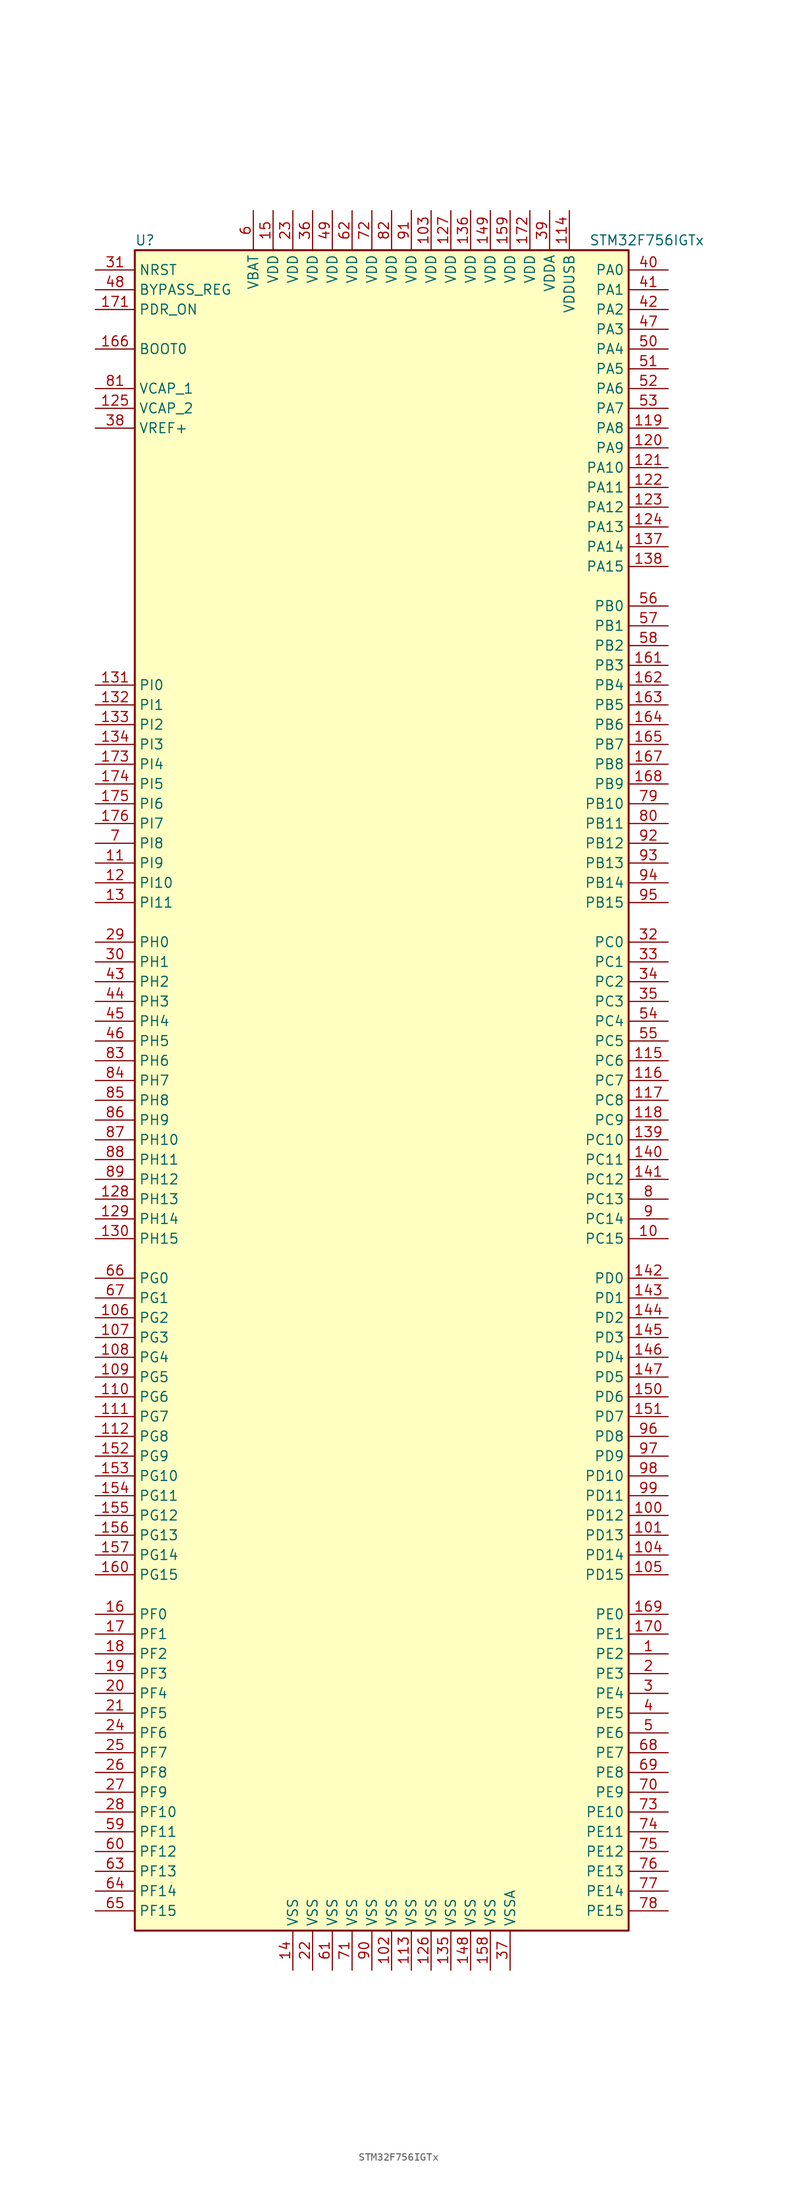
<source format=kicad_sym>
(kicad_symbol_lib
  (version 20220914)
  (generator kicad_symbol_editor)
  (symbol "STM32F756IGTx"
    (property "Reference" "U"
      (at -33.02 107.95 0)
      (effects (font (size 1.27 1.27)) (justify left)))
    (property "Value" "STM32F756IGTx"
      (at 25.4 107.95 0)
      (effects (font (size 1.27 1.27)) (justify left)))
    (symbol "STM32F756IGTx_0_1"
      (rectangle (start -33.02 -109.22) (end 30.48 106.68) (stroke (width 0.254) (type default)) (fill (type background))))
    (symbol "STM32F756IGTx_1_1"
      (pin bidirectional line (at 35.56 -73.66 180) (length 5.08) (name "PE2" (effects (font (size 1.27 1.27)))) (number "1" (effects (font (size 1.27 1.27)))))
      (pin bidirectional line (at 35.56 -20.32 180) (length 5.08) (name "PC15" (effects (font (size 1.27 1.27)))) (number "10" (effects (font (size 1.27 1.27)))))
      (pin bidirectional line (at 35.56 -55.88 180) (length 5.08) (name "PD12" (effects (font (size 1.27 1.27)))) (number "100" (effects (font (size 1.27 1.27)))))
      (pin bidirectional line (at 35.56 -58.42 180) (length 5.08) (name "PD13" (effects (font (size 1.27 1.27)))) (number "101" (effects (font (size 1.27 1.27)))))
      (pin power_in line (at 0 -114.3 90) (length 5.08) (name "VSS" (effects (font (size 1.27 1.27)))) (number "102" (effects (font (size 1.27 1.27)))))
      (pin power_in line (at 5.08 111.76 270) (length 5.08) (name "VDD" (effects (font (size 1.27 1.27)))) (number "103" (effects (font (size 1.27 1.27)))))
      (pin bidirectional line (at 35.56 -60.96 180) (length 5.08) (name "PD14" (effects (font (size 1.27 1.27)))) (number "104" (effects (font (size 1.27 1.27)))))
      (pin bidirectional line (at 35.56 -63.5 180) (length 5.08) (name "PD15" (effects (font (size 1.27 1.27)))) (number "105" (effects (font (size 1.27 1.27)))))
      (pin bidirectional line (at -38.1 -30.48 0) (length 5.08) (name "PG2" (effects (font (size 1.27 1.27)))) (number "106" (effects (font (size 1.27 1.27)))))
      (pin bidirectional line (at -38.1 -33.02 0) (length 5.08) (name "PG3" (effects (font (size 1.27 1.27)))) (number "107" (effects (font (size 1.27 1.27)))))
      (pin bidirectional line (at -38.1 -35.56 0) (length 5.08) (name "PG4" (effects (font (size 1.27 1.27)))) (number "108" (effects (font (size 1.27 1.27)))))
      (pin bidirectional line (at -38.1 -38.1 0) (length 5.08) (name "PG5" (effects (font (size 1.27 1.27)))) (number "109" (effects (font (size 1.27 1.27)))))
      (pin bidirectional line (at -38.1 27.94 0) (length 5.08) (name "PI9" (effects (font (size 1.27 1.27)))) (number "11" (effects (font (size 1.27 1.27)))))
      (pin bidirectional line (at -38.1 -40.64 0) (length 5.08) (name "PG6" (effects (font (size 1.27 1.27)))) (number "110" (effects (font (size 1.27 1.27)))))
      (pin bidirectional line (at -38.1 -43.18 0) (length 5.08) (name "PG7" (effects (font (size 1.27 1.27)))) (number "111" (effects (font (size 1.27 1.27)))))
      (pin bidirectional line (at -38.1 -45.72 0) (length 5.08) (name "PG8" (effects (font (size 1.27 1.27)))) (number "112" (effects (font (size 1.27 1.27)))))
      (pin power_in line (at 2.54 -114.3 90) (length 5.08) (name "VSS" (effects (font (size 1.27 1.27)))) (number "113" (effects (font (size 1.27 1.27)))))
      (pin power_in line (at 22.86 111.76 270) (length 5.08) (name "VDDUSB" (effects (font (size 1.27 1.27)))) (number "114" (effects (font (size 1.27 1.27)))))
      (pin bidirectional line (at 35.56 2.54 180) (length 5.08) (name "PC6" (effects (font (size 1.27 1.27)))) (number "115" (effects (font (size 1.27 1.27)))))
      (pin bidirectional line (at 35.56 0 180) (length 5.08) (name "PC7" (effects (font (size 1.27 1.27)))) (number "116" (effects (font (size 1.27 1.27)))))
      (pin bidirectional line (at 35.56 -2.54 180) (length 5.08) (name "PC8" (effects (font (size 1.27 1.27)))) (number "117" (effects (font (size 1.27 1.27)))))
      (pin bidirectional line (at 35.56 -5.08 180) (length 5.08) (name "PC9" (effects (font (size 1.27 1.27)))) (number "118" (effects (font (size 1.27 1.27)))))
      (pin bidirectional line (at 35.56 83.82 180) (length 5.08) (name "PA8" (effects (font (size 1.27 1.27)))) (number "119" (effects (font (size 1.27 1.27)))))
      (pin bidirectional line (at -38.1 25.4 0) (length 5.08) (name "PI10" (effects (font (size 1.27 1.27)))) (number "12" (effects (font (size 1.27 1.27)))))
      (pin bidirectional line (at 35.56 81.28 180) (length 5.08) (name "PA9" (effects (font (size 1.27 1.27)))) (number "120" (effects (font (size 1.27 1.27)))))
      (pin bidirectional line (at 35.56 78.74 180) (length 5.08) (name "PA10" (effects (font (size 1.27 1.27)))) (number "121" (effects (font (size 1.27 1.27)))))
      (pin bidirectional line (at 35.56 76.2 180) (length 5.08) (name "PA11" (effects (font (size 1.27 1.27)))) (number "122" (effects (font (size 1.27 1.27)))))
      (pin bidirectional line (at 35.56 73.66 180) (length 5.08) (name "PA12" (effects (font (size 1.27 1.27)))) (number "123" (effects (font (size 1.27 1.27)))))
      (pin bidirectional line (at 35.56 71.12 180) (length 5.08) (name "PA13" (effects (font (size 1.27 1.27)))) (number "124" (effects (font (size 1.27 1.27)))))
      (pin power_in line (at -38.1 86.36 0) (length 5.08) (name "VCAP_2" (effects (font (size 1.27 1.27)))) (number "125" (effects (font (size 1.27 1.27)))))
      (pin power_in line (at 5.08 -114.3 90) (length 5.08) (name "VSS" (effects (font (size 1.27 1.27)))) (number "126" (effects (font (size 1.27 1.27)))))
      (pin power_in line (at 7.62 111.76 270) (length 5.08) (name "VDD" (effects (font (size 1.27 1.27)))) (number "127" (effects (font (size 1.27 1.27)))))
      (pin bidirectional line (at -38.1 -15.24 0) (length 5.08) (name "PH13" (effects (font (size 1.27 1.27)))) (number "128" (effects (font (size 1.27 1.27)))))
      (pin bidirectional line (at -38.1 -17.78 0) (length 5.08) (name "PH14" (effects (font (size 1.27 1.27)))) (number "129" (effects (font (size 1.27 1.27)))))
      (pin bidirectional line (at -38.1 22.86 0) (length 5.08) (name "PI11" (effects (font (size 1.27 1.27)))) (number "13" (effects (font (size 1.27 1.27)))))
      (pin bidirectional line (at -38.1 -20.32 0) (length 5.08) (name "PH15" (effects (font (size 1.27 1.27)))) (number "130" (effects (font (size 1.27 1.27)))))
      (pin bidirectional line (at -38.1 50.8 0) (length 5.08) (name "PI0" (effects (font (size 1.27 1.27)))) (number "131" (effects (font (size 1.27 1.27)))))
      (pin bidirectional line (at -38.1 48.26 0) (length 5.08) (name "PI1" (effects (font (size 1.27 1.27)))) (number "132" (effects (font (size 1.27 1.27)))))
      (pin bidirectional line (at -38.1 45.72 0) (length 5.08) (name "PI2" (effects (font (size 1.27 1.27)))) (number "133" (effects (font (size 1.27 1.27)))))
      (pin bidirectional line (at -38.1 43.18 0) (length 5.08) (name "PI3" (effects (font (size 1.27 1.27)))) (number "134" (effects (font (size 1.27 1.27)))))
      (pin power_in line (at 7.62 -114.3 90) (length 5.08) (name "VSS" (effects (font (size 1.27 1.27)))) (number "135" (effects (font (size 1.27 1.27)))))
      (pin power_in line (at 10.16 111.76 270) (length 5.08) (name "VDD" (effects (font (size 1.27 1.27)))) (number "136" (effects (font (size 1.27 1.27)))))
      (pin bidirectional line (at 35.56 68.58 180) (length 5.08) (name "PA14" (effects (font (size 1.27 1.27)))) (number "137" (effects (font (size 1.27 1.27)))))
      (pin bidirectional line (at 35.56 66.04 180) (length 5.08) (name "PA15" (effects (font (size 1.27 1.27)))) (number "138" (effects (font (size 1.27 1.27)))))
      (pin bidirectional line (at 35.56 -7.62 180) (length 5.08) (name "PC10" (effects (font (size 1.27 1.27)))) (number "139" (effects (font (size 1.27 1.27)))))
      (pin power_in line (at -12.7 -114.3 90) (length 5.08) (name "VSS" (effects (font (size 1.27 1.27)))) (number "14" (effects (font (size 1.27 1.27)))))
      (pin bidirectional line (at 35.56 -10.16 180) (length 5.08) (name "PC11" (effects (font (size 1.27 1.27)))) (number "140" (effects (font (size 1.27 1.27)))))
      (pin bidirectional line (at 35.56 -12.7 180) (length 5.08) (name "PC12" (effects (font (size 1.27 1.27)))) (number "141" (effects (font (size 1.27 1.27)))))
      (pin bidirectional line (at 35.56 -25.4 180) (length 5.08) (name "PD0" (effects (font (size 1.27 1.27)))) (number "142" (effects (font (size 1.27 1.27)))))
      (pin bidirectional line (at 35.56 -27.94 180) (length 5.08) (name "PD1" (effects (font (size 1.27 1.27)))) (number "143" (effects (font (size 1.27 1.27)))))
      (pin bidirectional line (at 35.56 -30.48 180) (length 5.08) (name "PD2" (effects (font (size 1.27 1.27)))) (number "144" (effects (font (size 1.27 1.27)))))
      (pin bidirectional line (at 35.56 -33.02 180) (length 5.08) (name "PD3" (effects (font (size 1.27 1.27)))) (number "145" (effects (font (size 1.27 1.27)))))
      (pin bidirectional line (at 35.56 -35.56 180) (length 5.08) (name "PD4" (effects (font (size 1.27 1.27)))) (number "146" (effects (font (size 1.27 1.27)))))
      (pin bidirectional line (at 35.56 -38.1 180) (length 5.08) (name "PD5" (effects (font (size 1.27 1.27)))) (number "147" (effects (font (size 1.27 1.27)))))
      (pin power_in line (at 10.16 -114.3 90) (length 5.08) (name "VSS" (effects (font (size 1.27 1.27)))) (number "148" (effects (font (size 1.27 1.27)))))
      (pin power_in line (at 12.7 111.76 270) (length 5.08) (name "VDD" (effects (font (size 1.27 1.27)))) (number "149" (effects (font (size 1.27 1.27)))))
      (pin power_in line (at -15.24 111.76 270) (length 5.08) (name "VDD" (effects (font (size 1.27 1.27)))) (number "15" (effects (font (size 1.27 1.27)))))
      (pin bidirectional line (at 35.56 -40.64 180) (length 5.08) (name "PD6" (effects (font (size 1.27 1.27)))) (number "150" (effects (font (size 1.27 1.27)))))
      (pin bidirectional line (at 35.56 -43.18 180) (length 5.08) (name "PD7" (effects (font (size 1.27 1.27)))) (number "151" (effects (font (size 1.27 1.27)))))
      (pin bidirectional line (at -38.1 -48.26 0) (length 5.08) (name "PG9" (effects (font (size 1.27 1.27)))) (number "152" (effects (font (size 1.27 1.27)))))
      (pin bidirectional line (at -38.1 -50.8 0) (length 5.08) (name "PG10" (effects (font (size 1.27 1.27)))) (number "153" (effects (font (size 1.27 1.27)))))
      (pin bidirectional line (at -38.1 -53.34 0) (length 5.08) (name "PG11" (effects (font (size 1.27 1.27)))) (number "154" (effects (font (size 1.27 1.27)))))
      (pin bidirectional line (at -38.1 -55.88 0) (length 5.08) (name "PG12" (effects (font (size 1.27 1.27)))) (number "155" (effects (font (size 1.27 1.27)))))
      (pin bidirectional line (at -38.1 -58.42 0) (length 5.08) (name "PG13" (effects (font (size 1.27 1.27)))) (number "156" (effects (font (size 1.27 1.27)))))
      (pin bidirectional line (at -38.1 -60.96 0) (length 5.08) (name "PG14" (effects (font (size 1.27 1.27)))) (number "157" (effects (font (size 1.27 1.27)))))
      (pin power_in line (at 12.7 -114.3 90) (length 5.08) (name "VSS" (effects (font (size 1.27 1.27)))) (number "158" (effects (font (size 1.27 1.27)))))
      (pin power_in line (at 15.24 111.76 270) (length 5.08) (name "VDD" (effects (font (size 1.27 1.27)))) (number "159" (effects (font (size 1.27 1.27)))))
      (pin bidirectional line (at -38.1 -68.58 0) (length 5.08) (name "PF0" (effects (font (size 1.27 1.27)))) (number "16" (effects (font (size 1.27 1.27)))))
      (pin bidirectional line (at -38.1 -63.5 0) (length 5.08) (name "PG15" (effects (font (size 1.27 1.27)))) (number "160" (effects (font (size 1.27 1.27)))))
      (pin bidirectional line (at 35.56 53.34 180) (length 5.08) (name "PB3" (effects (font (size 1.27 1.27)))) (number "161" (effects (font (size 1.27 1.27)))))
      (pin bidirectional line (at 35.56 50.8 180) (length 5.08) (name "PB4" (effects (font (size 1.27 1.27)))) (number "162" (effects (font (size 1.27 1.27)))))
      (pin bidirectional line (at 35.56 48.26 180) (length 5.08) (name "PB5" (effects (font (size 1.27 1.27)))) (number "163" (effects (font (size 1.27 1.27)))))
      (pin bidirectional line (at 35.56 45.72 180) (length 5.08) (name "PB6" (effects (font (size 1.27 1.27)))) (number "164" (effects (font (size 1.27 1.27)))))
      (pin bidirectional line (at 35.56 43.18 180) (length 5.08) (name "PB7" (effects (font (size 1.27 1.27)))) (number "165" (effects (font (size 1.27 1.27)))))
      (pin input line (at -38.1 93.98 0) (length 5.08) (name "BOOT0" (effects (font (size 1.27 1.27)))) (number "166" (effects (font (size 1.27 1.27)))))
      (pin bidirectional line (at 35.56 40.64 180) (length 5.08) (name "PB8" (effects (font (size 1.27 1.27)))) (number "167" (effects (font (size 1.27 1.27)))))
      (pin bidirectional line (at 35.56 38.1 180) (length 5.08) (name "PB9" (effects (font (size 1.27 1.27)))) (number "168" (effects (font (size 1.27 1.27)))))
      (pin bidirectional line (at 35.56 -68.58 180) (length 5.08) (name "PE0" (effects (font (size 1.27 1.27)))) (number "169" (effects (font (size 1.27 1.27)))))
      (pin bidirectional line (at -38.1 -71.12 0) (length 5.08) (name "PF1" (effects (font (size 1.27 1.27)))) (number "17" (effects (font (size 1.27 1.27)))))
      (pin bidirectional line (at 35.56 -71.12 180) (length 5.08) (name "PE1" (effects (font (size 1.27 1.27)))) (number "170" (effects (font (size 1.27 1.27)))))
      (pin input line (at -38.1 99.06 0) (length 5.08) (name "PDR_ON" (effects (font (size 1.27 1.27)))) (number "171" (effects (font (size 1.27 1.27)))))
      (pin power_in line (at 17.78 111.76 270) (length 5.08) (name "VDD" (effects (font (size 1.27 1.27)))) (number "172" (effects (font (size 1.27 1.27)))))
      (pin bidirectional line (at -38.1 40.64 0) (length 5.08) (name "PI4" (effects (font (size 1.27 1.27)))) (number "173" (effects (font (size 1.27 1.27)))))
      (pin bidirectional line (at -38.1 38.1 0) (length 5.08) (name "PI5" (effects (font (size 1.27 1.27)))) (number "174" (effects (font (size 1.27 1.27)))))
      (pin bidirectional line (at -38.1 35.56 0) (length 5.08) (name "PI6" (effects (font (size 1.27 1.27)))) (number "175" (effects (font (size 1.27 1.27)))))
      (pin bidirectional line (at -38.1 33.02 0) (length 5.08) (name "PI7" (effects (font (size 1.27 1.27)))) (number "176" (effects (font (size 1.27 1.27)))))
      (pin bidirectional line (at -38.1 -73.66 0) (length 5.08) (name "PF2" (effects (font (size 1.27 1.27)))) (number "18" (effects (font (size 1.27 1.27)))))
      (pin bidirectional line (at -38.1 -76.2 0) (length 5.08) (name "PF3" (effects (font (size 1.27 1.27)))) (number "19" (effects (font (size 1.27 1.27)))))
      (pin bidirectional line (at 35.56 -76.2 180) (length 5.08) (name "PE3" (effects (font (size 1.27 1.27)))) (number "2" (effects (font (size 1.27 1.27)))))
      (pin bidirectional line (at -38.1 -78.74 0) (length 5.08) (name "PF4" (effects (font (size 1.27 1.27)))) (number "20" (effects (font (size 1.27 1.27)))))
      (pin bidirectional line (at -38.1 -81.28 0) (length 5.08) (name "PF5" (effects (font (size 1.27 1.27)))) (number "21" (effects (font (size 1.27 1.27)))))
      (pin power_in line (at -10.16 -114.3 90) (length 5.08) (name "VSS" (effects (font (size 1.27 1.27)))) (number "22" (effects (font (size 1.27 1.27)))))
      (pin power_in line (at -12.7 111.76 270) (length 5.08) (name "VDD" (effects (font (size 1.27 1.27)))) (number "23" (effects (font (size 1.27 1.27)))))
      (pin bidirectional line (at -38.1 -83.82 0) (length 5.08) (name "PF6" (effects (font (size 1.27 1.27)))) (number "24" (effects (font (size 1.27 1.27)))))
      (pin bidirectional line (at -38.1 -86.36 0) (length 5.08) (name "PF7" (effects (font (size 1.27 1.27)))) (number "25" (effects (font (size 1.27 1.27)))))
      (pin bidirectional line (at -38.1 -88.9 0) (length 5.08) (name "PF8" (effects (font (size 1.27 1.27)))) (number "26" (effects (font (size 1.27 1.27)))))
      (pin bidirectional line (at -38.1 -91.44 0) (length 5.08) (name "PF9" (effects (font (size 1.27 1.27)))) (number "27" (effects (font (size 1.27 1.27)))))
      (pin bidirectional line (at -38.1 -93.98 0) (length 5.08) (name "PF10" (effects (font (size 1.27 1.27)))) (number "28" (effects (font (size 1.27 1.27)))))
      (pin input line (at -38.1 17.78 0) (length 5.08) (name "PH0" (effects (font (size 1.27 1.27)))) (number "29" (effects (font (size 1.27 1.27)))))
      (pin bidirectional line (at 35.56 -78.74 180) (length 5.08) (name "PE4" (effects (font (size 1.27 1.27)))) (number "3" (effects (font (size 1.27 1.27)))))
      (pin input line (at -38.1 15.24 0) (length 5.08) (name "PH1" (effects (font (size 1.27 1.27)))) (number "30" (effects (font (size 1.27 1.27)))))
      (pin input line (at -38.1 104.14 0) (length 5.08) (name "NRST" (effects (font (size 1.27 1.27)))) (number "31" (effects (font (size 1.27 1.27)))))
      (pin bidirectional line (at 35.56 17.78 180) (length 5.08) (name "PC0" (effects (font (size 1.27 1.27)))) (number "32" (effects (font (size 1.27 1.27)))))
      (pin bidirectional line (at 35.56 15.24 180) (length 5.08) (name "PC1" (effects (font (size 1.27 1.27)))) (number "33" (effects (font (size 1.27 1.27)))))
      (pin bidirectional line (at 35.56 12.7 180) (length 5.08) (name "PC2" (effects (font (size 1.27 1.27)))) (number "34" (effects (font (size 1.27 1.27)))))
      (pin bidirectional line (at 35.56 10.16 180) (length 5.08) (name "PC3" (effects (font (size 1.27 1.27)))) (number "35" (effects (font (size 1.27 1.27)))))
      (pin power_in line (at -10.16 111.76 270) (length 5.08) (name "VDD" (effects (font (size 1.27 1.27)))) (number "36" (effects (font (size 1.27 1.27)))))
      (pin power_in line (at 15.24 -114.3 90) (length 5.08) (name "VSSA" (effects (font (size 1.27 1.27)))) (number "37" (effects (font (size 1.27 1.27)))))
      (pin power_in line (at -38.1 83.82 0) (length 5.08) (name "VREF+" (effects (font (size 1.27 1.27)))) (number "38" (effects (font (size 1.27 1.27)))))
      (pin power_in line (at 20.32 111.76 270) (length 5.08) (name "VDDA" (effects (font (size 1.27 1.27)))) (number "39" (effects (font (size 1.27 1.27)))))
      (pin bidirectional line (at 35.56 -81.28 180) (length 5.08) (name "PE5" (effects (font (size 1.27 1.27)))) (number "4" (effects (font (size 1.27 1.27)))))
      (pin bidirectional line (at 35.56 104.14 180) (length 5.08) (name "PA0" (effects (font (size 1.27 1.27)))) (number "40" (effects (font (size 1.27 1.27)))))
      (pin bidirectional line (at 35.56 101.6 180) (length 5.08) (name "PA1" (effects (font (size 1.27 1.27)))) (number "41" (effects (font (size 1.27 1.27)))))
      (pin bidirectional line (at 35.56 99.06 180) (length 5.08) (name "PA2" (effects (font (size 1.27 1.27)))) (number "42" (effects (font (size 1.27 1.27)))))
      (pin bidirectional line (at -38.1 12.7 0) (length 5.08) (name "PH2" (effects (font (size 1.27 1.27)))) (number "43" (effects (font (size 1.27 1.27)))))
      (pin bidirectional line (at -38.1 10.16 0) (length 5.08) (name "PH3" (effects (font (size 1.27 1.27)))) (number "44" (effects (font (size 1.27 1.27)))))
      (pin bidirectional line (at -38.1 7.62 0) (length 5.08) (name "PH4" (effects (font (size 1.27 1.27)))) (number "45" (effects (font (size 1.27 1.27)))))
      (pin bidirectional line (at -38.1 5.08 0) (length 5.08) (name "PH5" (effects (font (size 1.27 1.27)))) (number "46" (effects (font (size 1.27 1.27)))))
      (pin bidirectional line (at 35.56 96.52 180) (length 5.08) (name "PA3" (effects (font (size 1.27 1.27)))) (number "47" (effects (font (size 1.27 1.27)))))
      (pin input line (at -38.1 101.6 0) (length 5.08) (name "BYPASS_REG" (effects (font (size 1.27 1.27)))) (number "48" (effects (font (size 1.27 1.27)))))
      (pin power_in line (at -7.62 111.76 270) (length 5.08) (name "VDD" (effects (font (size 1.27 1.27)))) (number "49" (effects (font (size 1.27 1.27)))))
      (pin bidirectional line (at 35.56 -83.82 180) (length 5.08) (name "PE6" (effects (font (size 1.27 1.27)))) (number "5" (effects (font (size 1.27 1.27)))))
      (pin bidirectional line (at 35.56 93.98 180) (length 5.08) (name "PA4" (effects (font (size 1.27 1.27)))) (number "50" (effects (font (size 1.27 1.27)))))
      (pin bidirectional line (at 35.56 91.44 180) (length 5.08) (name "PA5" (effects (font (size 1.27 1.27)))) (number "51" (effects (font (size 1.27 1.27)))))
      (pin bidirectional line (at 35.56 88.9 180) (length 5.08) (name "PA6" (effects (font (size 1.27 1.27)))) (number "52" (effects (font (size 1.27 1.27)))))
      (pin bidirectional line (at 35.56 86.36 180) (length 5.08) (name "PA7" (effects (font (size 1.27 1.27)))) (number "53" (effects (font (size 1.27 1.27)))))
      (pin bidirectional line (at 35.56 7.62 180) (length 5.08) (name "PC4" (effects (font (size 1.27 1.27)))) (number "54" (effects (font (size 1.27 1.27)))))
      (pin bidirectional line (at 35.56 5.08 180) (length 5.08) (name "PC5" (effects (font (size 1.27 1.27)))) (number "55" (effects (font (size 1.27 1.27)))))
      (pin bidirectional line (at 35.56 60.96 180) (length 5.08) (name "PB0" (effects (font (size 1.27 1.27)))) (number "56" (effects (font (size 1.27 1.27)))))
      (pin bidirectional line (at 35.56 58.42 180) (length 5.08) (name "PB1" (effects (font (size 1.27 1.27)))) (number "57" (effects (font (size 1.27 1.27)))))
      (pin bidirectional line (at 35.56 55.88 180) (length 5.08) (name "PB2" (effects (font (size 1.27 1.27)))) (number "58" (effects (font (size 1.27 1.27)))))
      (pin bidirectional line (at -38.1 -96.52 0) (length 5.08) (name "PF11" (effects (font (size 1.27 1.27)))) (number "59" (effects (font (size 1.27 1.27)))))
      (pin power_in line (at -17.78 111.76 270) (length 5.08) (name "VBAT" (effects (font (size 1.27 1.27)))) (number "6" (effects (font (size 1.27 1.27)))))
      (pin bidirectional line (at -38.1 -99.06 0) (length 5.08) (name "PF12" (effects (font (size 1.27 1.27)))) (number "60" (effects (font (size 1.27 1.27)))))
      (pin power_in line (at -7.62 -114.3 90) (length 5.08) (name "VSS" (effects (font (size 1.27 1.27)))) (number "61" (effects (font (size 1.27 1.27)))))
      (pin power_in line (at -5.08 111.76 270) (length 5.08) (name "VDD" (effects (font (size 1.27 1.27)))) (number "62" (effects (font (size 1.27 1.27)))))
      (pin bidirectional line (at -38.1 -101.6 0) (length 5.08) (name "PF13" (effects (font (size 1.27 1.27)))) (number "63" (effects (font (size 1.27 1.27)))))
      (pin bidirectional line (at -38.1 -104.14 0) (length 5.08) (name "PF14" (effects (font (size 1.27 1.27)))) (number "64" (effects (font (size 1.27 1.27)))))
      (pin bidirectional line (at -38.1 -106.68 0) (length 5.08) (name "PF15" (effects (font (size 1.27 1.27)))) (number "65" (effects (font (size 1.27 1.27)))))
      (pin bidirectional line (at -38.1 -25.4 0) (length 5.08) (name "PG0" (effects (font (size 1.27 1.27)))) (number "66" (effects (font (size 1.27 1.27)))))
      (pin bidirectional line (at -38.1 -27.94 0) (length 5.08) (name "PG1" (effects (font (size 1.27 1.27)))) (number "67" (effects (font (size 1.27 1.27)))))
      (pin bidirectional line (at 35.56 -86.36 180) (length 5.08) (name "PE7" (effects (font (size 1.27 1.27)))) (number "68" (effects (font (size 1.27 1.27)))))
      (pin bidirectional line (at 35.56 -88.9 180) (length 5.08) (name "PE8" (effects (font (size 1.27 1.27)))) (number "69" (effects (font (size 1.27 1.27)))))
      (pin bidirectional line (at -38.1 30.48 0) (length 5.08) (name "PI8" (effects (font (size 1.27 1.27)))) (number "7" (effects (font (size 1.27 1.27)))))
      (pin bidirectional line (at 35.56 -91.44 180) (length 5.08) (name "PE9" (effects (font (size 1.27 1.27)))) (number "70" (effects (font (size 1.27 1.27)))))
      (pin power_in line (at -5.08 -114.3 90) (length 5.08) (name "VSS" (effects (font (size 1.27 1.27)))) (number "71" (effects (font (size 1.27 1.27)))))
      (pin power_in line (at -2.54 111.76 270) (length 5.08) (name "VDD" (effects (font (size 1.27 1.27)))) (number "72" (effects (font (size 1.27 1.27)))))
      (pin bidirectional line (at 35.56 -93.98 180) (length 5.08) (name "PE10" (effects (font (size 1.27 1.27)))) (number "73" (effects (font (size 1.27 1.27)))))
      (pin bidirectional line (at 35.56 -96.52 180) (length 5.08) (name "PE11" (effects (font (size 1.27 1.27)))) (number "74" (effects (font (size 1.27 1.27)))))
      (pin bidirectional line (at 35.56 -99.06 180) (length 5.08) (name "PE12" (effects (font (size 1.27 1.27)))) (number "75" (effects (font (size 1.27 1.27)))))
      (pin bidirectional line (at 35.56 -101.6 180) (length 5.08) (name "PE13" (effects (font (size 1.27 1.27)))) (number "76" (effects (font (size 1.27 1.27)))))
      (pin bidirectional line (at 35.56 -104.14 180) (length 5.08) (name "PE14" (effects (font (size 1.27 1.27)))) (number "77" (effects (font (size 1.27 1.27)))))
      (pin bidirectional line (at 35.56 -106.68 180) (length 5.08) (name "PE15" (effects (font (size 1.27 1.27)))) (number "78" (effects (font (size 1.27 1.27)))))
      (pin bidirectional line (at 35.56 35.56 180) (length 5.08) (name "PB10" (effects (font (size 1.27 1.27)))) (number "79" (effects (font (size 1.27 1.27)))))
      (pin bidirectional line (at 35.56 -15.24 180) (length 5.08) (name "PC13" (effects (font (size 1.27 1.27)))) (number "8" (effects (font (size 1.27 1.27)))))
      (pin bidirectional line (at 35.56 33.02 180) (length 5.08) (name "PB11" (effects (font (size 1.27 1.27)))) (number "80" (effects (font (size 1.27 1.27)))))
      (pin power_in line (at -38.1 88.9 0) (length 5.08) (name "VCAP_1" (effects (font (size 1.27 1.27)))) (number "81" (effects (font (size 1.27 1.27)))))
      (pin power_in line (at 0 111.76 270) (length 5.08) (name "VDD" (effects (font (size 1.27 1.27)))) (number "82" (effects (font (size 1.27 1.27)))))
      (pin bidirectional line (at -38.1 2.54 0) (length 5.08) (name "PH6" (effects (font (size 1.27 1.27)))) (number "83" (effects (font (size 1.27 1.27)))))
      (pin bidirectional line (at -38.1 0 0) (length 5.08) (name "PH7" (effects (font (size 1.27 1.27)))) (number "84" (effects (font (size 1.27 1.27)))))
      (pin bidirectional line (at -38.1 -2.54 0) (length 5.08) (name "PH8" (effects (font (size 1.27 1.27)))) (number "85" (effects (font (size 1.27 1.27)))))
      (pin bidirectional line (at -38.1 -5.08 0) (length 5.08) (name "PH9" (effects (font (size 1.27 1.27)))) (number "86" (effects (font (size 1.27 1.27)))))
      (pin bidirectional line (at -38.1 -7.62 0) (length 5.08) (name "PH10" (effects (font (size 1.27 1.27)))) (number "87" (effects (font (size 1.27 1.27)))))
      (pin bidirectional line (at -38.1 -10.16 0) (length 5.08) (name "PH11" (effects (font (size 1.27 1.27)))) (number "88" (effects (font (size 1.27 1.27)))))
      (pin bidirectional line (at -38.1 -12.7 0) (length 5.08) (name "PH12" (effects (font (size 1.27 1.27)))) (number "89" (effects (font (size 1.27 1.27)))))
      (pin bidirectional line (at 35.56 -17.78 180) (length 5.08) (name "PC14" (effects (font (size 1.27 1.27)))) (number "9" (effects (font (size 1.27 1.27)))))
      (pin power_in line (at -2.54 -114.3 90) (length 5.08) (name "VSS" (effects (font (size 1.27 1.27)))) (number "90" (effects (font (size 1.27 1.27)))))
      (pin power_in line (at 2.54 111.76 270) (length 5.08) (name "VDD" (effects (font (size 1.27 1.27)))) (number "91" (effects (font (size 1.27 1.27)))))
      (pin bidirectional line (at 35.56 30.48 180) (length 5.08) (name "PB12" (effects (font (size 1.27 1.27)))) (number "92" (effects (font (size 1.27 1.27)))))
      (pin bidirectional line (at 35.56 27.94 180) (length 5.08) (name "PB13" (effects (font (size 1.27 1.27)))) (number "93" (effects (font (size 1.27 1.27)))))
      (pin bidirectional line (at 35.56 25.4 180) (length 5.08) (name "PB14" (effects (font (size 1.27 1.27)))) (number "94" (effects (font (size 1.27 1.27)))))
      (pin bidirectional line (at 35.56 22.86 180) (length 5.08) (name "PB15" (effects (font (size 1.27 1.27)))) (number "95" (effects (font (size 1.27 1.27)))))
      (pin bidirectional line (at 35.56 -45.72 180) (length 5.08) (name "PD8" (effects (font (size 1.27 1.27)))) (number "96" (effects (font (size 1.27 1.27)))))
      (pin bidirectional line (at 35.56 -48.26 180) (length 5.08) (name "PD9" (effects (font (size 1.27 1.27)))) (number "97" (effects (font (size 1.27 1.27)))))
      (pin bidirectional line (at 35.56 -50.8 180) (length 5.08) (name "PD10" (effects (font (size 1.27 1.27)))) (number "98" (effects (font (size 1.27 1.27)))))
      (pin bidirectional line (at 35.56 -53.34 180) (length 5.08) (name "PD11" (effects (font (size 1.27 1.27)))) (number "99" (effects (font (size 1.27 1.27))))))))
</source>
